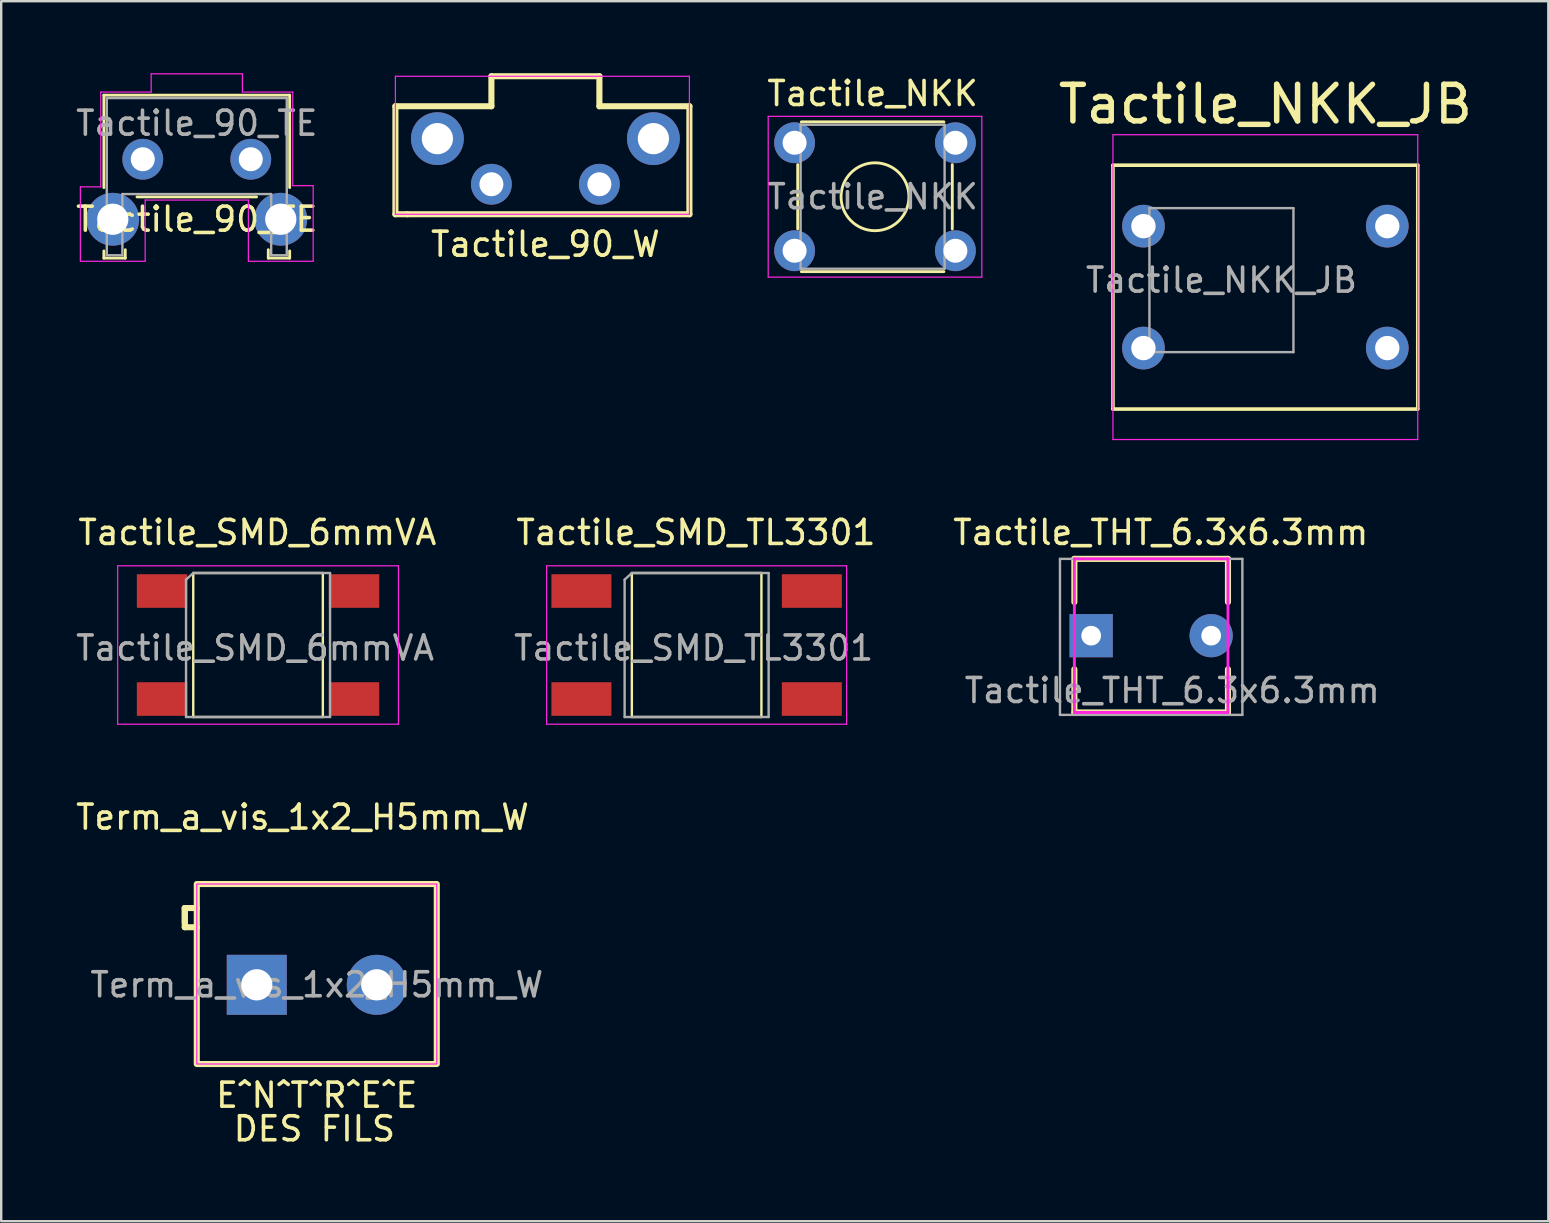
<source format=kicad_pcb>
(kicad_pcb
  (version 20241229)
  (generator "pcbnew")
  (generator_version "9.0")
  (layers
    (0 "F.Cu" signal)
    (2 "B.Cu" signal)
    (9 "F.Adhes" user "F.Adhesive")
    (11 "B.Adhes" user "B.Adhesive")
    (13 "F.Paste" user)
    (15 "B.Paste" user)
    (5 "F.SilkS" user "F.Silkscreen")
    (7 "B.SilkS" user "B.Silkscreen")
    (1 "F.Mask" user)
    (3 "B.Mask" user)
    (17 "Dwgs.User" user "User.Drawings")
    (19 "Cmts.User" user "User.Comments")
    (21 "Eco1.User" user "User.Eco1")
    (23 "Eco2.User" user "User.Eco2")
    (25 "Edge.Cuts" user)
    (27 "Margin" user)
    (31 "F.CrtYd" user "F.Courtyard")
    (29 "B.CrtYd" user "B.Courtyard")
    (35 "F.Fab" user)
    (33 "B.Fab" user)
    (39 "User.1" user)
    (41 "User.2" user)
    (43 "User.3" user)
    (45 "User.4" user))
  (footprint "Tactile_90_W"
    (layer "F.Cu")
    (at 17.425 4.627)
    (property "Reference" "Tactile_90_W" (at 2.25 2.5 0) (layer "F.SilkS") (effects (font (size 1 1) (thickness 0.15))))
    (attr through_hole)
    (fp_line (start -4 -3.25) (end -4 1.25) (stroke (width 0.254) (type solid)) (layer "F.SilkS"))
    (fp_line (start -4 1.25) (end -3.5 1.25) (stroke (width 0.254) (type solid)) (layer "F.SilkS"))
    (fp_line (start -3.5 1.25) (end 8.25 1.25) (stroke (width 0.254) (type solid)) (layer "F.SilkS"))
    (fp_line (start 0 -4.5) (end 0 -3.25) (stroke (width 0.254) (type solid)) (layer "F.SilkS"))
    (fp_line (start 0 -3.25) (end -4 -3.25) (stroke (width 0.254) (type solid)) (layer "F.SilkS"))
    (fp_line (start 4.5 -4.5) (end 0 -4.5) (stroke (width 0.254) (type solid)) (layer "F.SilkS"))
    (fp_line (start 4.5 -3.25) (end 4.5 -4.5) (stroke (width 0.254) (type solid)) (layer "F.SilkS"))
    (fp_line (start 8.25 -3.25) (end 4.5 -3.25) (stroke (width 0.254) (type solid)) (layer "F.SilkS"))
    (fp_line (start 8.25 1.25) (end 8.25 -3.25) (stroke (width 0.254) (type solid)) (layer "F.SilkS"))
    (fp_line (start -4 -4.5) (end 8.25 -4.5) (stroke (width 0.05) (type solid)) (layer "F.CrtYd"))
    (fp_line (start -4 1.25) (end -4 -4.5) (stroke (width 0.05) (type solid)) (layer "F.CrtYd"))
    (fp_line (start 8.25 -4.5) (end 8.25 1.25) (stroke (width 0.05) (type solid)) (layer "F.CrtYd"))
    (fp_line (start 8.25 1.25) (end -4 1.25) (stroke (width 0.05) (type solid)) (layer "F.CrtYd"))
    (pad "1" thru_hole circle (at 0 0 180) (size 1.7 1.7) (drill 1) (layers "*.Cu" "*.Mask"))
    (pad "2" thru_hole circle (at 4.5 0 180) (size 1.7 1.7) (drill 1) (layers "*.Cu" "*.Mask"))
    (pad "3" thru_hole circle (at -2.25 -1.9 180) (size 2.2 2.2) (drill 1.3) (layers "*.Cu" "*.Mask"))
    (pad "4" thru_hole circle (at 6.75 -1.9 180) (size 2.2 2.2) (drill 1.3) (layers "*.Cu" "*.Mask")))
  (footprint "Tactile_90_TE"
    (layer "F.Cu")
    (at 2.899 3.585)
    (property "Reference" "Tactile_90_TE" (at 2.25 2.5 0) (layer "F.SilkS") (effects (font (size 1 1) (thickness 0.15))))
    (attr through_hole)
    (fp_line (start -1.62 -2.67) (end -1.62 1.18) (stroke (width 0.12) (type solid)) (layer "F.SilkS"))
    (fp_line (start -1.62 3.82) (end -1.62 4.12) (stroke (width 0.12) (type solid)) (layer "F.SilkS"))
    (fp_line (start -0.73 4.12) (end -1.62 4.12) (stroke (width 0.12) (type solid)) (layer "F.SilkS"))
    (fp_line (start -0.73 4.12) (end -0.73 3.77) (stroke (width 0.12) (type solid)) (layer "F.SilkS"))
    (fp_line (start -0.24 1.57) (end 4.74 1.57) (stroke (width 0.12) (type solid)) (layer "F.SilkS"))
    (fp_line (start 5.23 4.12) (end 5.23 3.77) (stroke (width 0.12) (type solid)) (layer "F.SilkS"))
    (fp_line (start 6.12 -2.67) (end -1.62 -2.67) (stroke (width 0.12) (type solid)) (layer "F.SilkS"))
    (fp_line (start 6.12 1.18) (end 6.12 -2.67) (stroke (width 0.12) (type solid)) (layer "F.SilkS"))
    (fp_line (start 6.12 3.82) (end 6.12 4.12) (stroke (width 0.12) (type solid)) (layer "F.SilkS"))
    (fp_line (start 6.12 4.12) (end 5.23 4.12) (stroke (width 0.12) (type solid)) (layer "F.SilkS"))
    (fp_line (start -2.6 1.15) (end -1.75 1.15) (stroke (width 0.05) (type solid)) (layer "F.CrtYd"))
    (fp_line (start -2.6 4.25) (end -2.6 1.15) (stroke (width 0.05) (type solid)) (layer "F.CrtYd"))
    (fp_line (start -1.75 1.15) (end -1.75 -2.8) (stroke (width 0.05) (type solid)) (layer "F.CrtYd"))
    (fp_line (start 0.1 1.7) (end 4.4 1.7) (stroke (width 0.05) (type solid)) (layer "F.CrtYd"))
    (fp_line (start 0.1 4.25) (end -2.6 4.25) (stroke (width 0.05) (type solid)) (layer "F.CrtYd"))
    (fp_line (start 0.1 4.25) (end 0.1 1.7) (stroke (width 0.05) (type solid)) (layer "F.CrtYd"))
    (fp_line (start 0.35 -3.56) (end 0.35 -2.8) (stroke (width 0.05) (type solid)) (layer "F.CrtYd"))
    (fp_line (start 0.35 -2.8) (end -1.75 -2.8) (stroke (width 0.05) (type solid)) (layer "F.CrtYd"))
    (fp_line (start 4.15 -3.56) (end 0.35 -3.56) (stroke (width 0.05) (type solid)) (layer "F.CrtYd"))
    (fp_line (start 4.15 -2.8) (end 4.15 -3.56) (stroke (width 0.05) (type solid)) (layer "F.CrtYd"))
    (fp_line (start 4.4 1.7) (end 4.4 4.25) (stroke (width 0.05) (type solid)) (layer "F.CrtYd"))
    (fp_line (start 4.4 4.25) (end 7.1 4.25) (stroke (width 0.05) (type solid)) (layer "F.CrtYd"))
    (fp_line (start 6.25 -2.8) (end 4.15 -2.8) (stroke (width 0.05) (type solid)) (layer "F.CrtYd"))
    (fp_line (start 6.25 1.1) (end 6.25 -2.8) (stroke (width 0.05) (type solid)) (layer "F.CrtYd"))
    (fp_line (start 7.1 1.1) (end 6.25 1.1) (stroke (width 0.05) (type solid)) (layer "F.CrtYd"))
    (fp_line (start 7.1 4.25) (end 7.1 1.1) (stroke (width 0.05) (type solid)) (layer "F.CrtYd"))
    (fp_line (start -1.5 4) (end -1.5 -2.55) (stroke (width 0.1) (type solid)) (layer "F.Fab"))
    (fp_line (start -0.85 1.45) (end -0.85 4) (stroke (width 0.1) (type solid)) (layer "F.Fab"))
    (fp_line (start -0.85 4) (end -1.5 4) (stroke (width 0.1) (type solid)) (layer "F.Fab"))
    (fp_line (start 5.35 1.45) (end -0.85 1.45) (stroke (width 0.1) (type solid)) (layer "F.Fab"))
    (fp_line (start 5.35 1.45) (end 5.35 4) (stroke (width 0.1) (type solid)) (layer "F.Fab"))
    (fp_line (start 6 -2.55) (end -1.5 -2.55) (stroke (width 0.1) (type solid)) (layer "F.Fab"))
    (fp_line (start 6 -2.55) (end 6 4) (stroke (width 0.1) (type solid)) (layer "F.Fab"))
    (fp_line (start 6 4) (end 5.35 4) (stroke (width 0.1) (type solid)) (layer "F.Fab"))
    (fp_text user "${REFERENCE}" (at 2.25 -1.5 0) (layer "F.Fab") (effects (font (size 1 1) (thickness 0.15))))
    (pad "" thru_hole circle (at -1.25 2.5 180) (size 2.2 2.2) (drill 1.3) (layers "*.Cu" "*.Mask"))
    (pad "" thru_hole circle (at 5.75 2.5 180) (size 2.2 2.2) (drill 1.3) (layers "*.Cu" "*.Mask"))
    (pad "1" thru_hole circle (at 0 0 180) (size 1.7 1.7) (drill 1) (layers "*.Cu" "*.Mask"))
    (pad "2" thru_hole circle (at 4.5 0 180) (size 1.7 1.7) (drill 1) (layers "*.Cu" "*.Mask")))
  (footprint "Term_a_vis_1x2_H5mm_W"
    (layer "F.Cu")
    (at 7.649 37.984)
    (property "Reference" "Term_a_vis_1x2_H5mm_W" (at 1.905 -6.985 0) (layer "F.SilkS") (effects (font (size 1 1) (thickness 0.15))))
    (attr through_hole)
    (fp_line (start -3 -3.2) (end -3 -2.6) (stroke (width 0.254) (type solid)) (layer "F.SilkS"))
    (fp_line (start -3 -2.4) (end -3 -3.2) (stroke (width 0.254) (type solid)) (layer "F.SilkS"))
    (fp_line (start -2.5 -3.2) (end -3 -3.2) (stroke (width 0.254) (type solid)) (layer "F.SilkS"))
    (fp_line (start -2.5 -2.4) (end -3 -2.4) (stroke (width 0.254) (type solid)) (layer "F.SilkS"))
    (fp_rect (start -2.5 -4.2) (end 7.5 3.3) (stroke (width 0.254) (type solid)) (fill no) (layer "F.SilkS"))
    (fp_rect (start -2.5 -4.2) (end 7.5 3.3) (stroke (width 0.05) (type solid)) (fill no) (layer "F.CrtYd"))
    (fp_text user "DES FILS" (at 2.4 6 0) (unlocked yes) (layer "F.SilkS") (effects (font (size 1 1) (thickness 0.15))))
    (fp_text user "E^N^T^R^E^E" (at 2.5 4.6 0) (unlocked yes) (layer "F.SilkS") (effects (font (size 1 1) (thickness 0.15))))
    (fp_text user "${REFERENCE}" (at 2.5 0 0) (layer "F.Fab") (effects (font (size 1 1) (thickness 0.15))))
    (pad "1" thru_hole rect (at 0 0) (size 2.5 2.5) (drill 1.3) (layers "*.Cu" "*.Mask"))
    (pad "2" thru_hole circle (at 5 0) (size 2.5 2.5) (drill 1.3) (layers "*.Cu" "*.Mask")))
  (footprint "Tactile_THT_6.3x6.3mm"
    (layer "F.Cu")
    (at 42.415 23.436)
    (property "Reference" "Tactile_THT_6.3x6.3mm" (at 2.9 -4.3 0) (layer "F.SilkS") (effects (font (size 1 1) (thickness 0.15))))
    (attr through_hole)
    (fp_line (start -0.7 -3.2) (end 5.7 -3.2) (stroke (width 0.254) (type solid)) (layer "F.SilkS"))
    (fp_line (start -0.7 -1.4) (end -0.7 -3.2) (stroke (width 0.254) (type solid)) (layer "F.SilkS"))
    (fp_line (start -0.7 3.2) (end -0.7 1.4) (stroke (width 0.254) (type solid)) (layer "F.SilkS"))
    (fp_line (start 5.7 -3.2) (end 5.7 -1.4) (stroke (width 0.254) (type solid)) (layer "F.SilkS"))
    (fp_line (start 5.7 1.4) (end 5.7 3.2) (stroke (width 0.254) (type solid)) (layer "F.SilkS"))
    (fp_line (start 5.7 3.2) (end -0.7 3.2) (stroke (width 0.254) (type solid)) (layer "F.SilkS"))
    (fp_line (start -0.7 -3.2) (end 5.7 -3.2) (stroke (width 0.12) (type solid)) (layer "F.CrtYd"))
    (fp_line (start -0.7 3.2) (end -0.7 -3.2) (stroke (width 0.12) (type solid)) (layer "F.CrtYd"))
    (fp_line (start 5.7 -3.2) (end 5.7 3.2) (stroke (width 0.12) (type solid)) (layer "F.CrtYd"))
    (fp_line (start 5.7 3.2) (end -0.7 3.2) (stroke (width 0.12) (type solid)) (layer "F.CrtYd"))
    (fp_line (start -1.3 -3.2) (end -1.3 3.3) (stroke (width 0.1) (type solid)) (layer "F.Fab"))
    (fp_line (start -1.3 -3.2) (end 6.3 -3.2) (stroke (width 0.1) (type solid)) (layer "F.Fab"))
    (fp_line (start 6.3 -3.2) (end 6.3 3.3) (stroke (width 0.1) (type solid)) (layer "F.Fab"))
    (fp_line (start 6.3 3.3) (end -1.3 3.3) (stroke (width 0.1) (type solid)) (layer "F.Fab"))
    (fp_text user "${REFERENCE}" (at 3.378 2.286 0) (layer "F.Fab") (effects (font (size 1 1) (thickness 0.15))))
    (pad "1" thru_hole rect (at 0 0) (size 1.8 1.8) (drill 0.82) (layers "*.Cu" "*.Mask"))
    (pad "2" thru_hole circle (at 5 0) (size 1.8 1.8) (drill 0.82) (layers "*.Cu" "*.Mask")))
  (footprint "Tactile_NKK"
    (layer "F.Cu")
    (at 30.058 2.898)
    (property "Reference" "Tactile_NKK" (at 3.25 -2.05 0) (layer "F.SilkS") (effects (font (size 1 1) (thickness 0.15))))
    (attr through_hole)
    (fp_line (start 0.13 3.59) (end 0.13 0.91) (stroke (width 0.12) (type solid)) (layer "F.SilkS"))
    (fp_line (start 0.28 -0.87) (end 6.22 -0.87) (stroke (width 0.12) (type solid)) (layer "F.SilkS"))
    (fp_line (start 0.28 5.37) (end 6.22 5.37) (stroke (width 0.12) (type solid)) (layer "F.SilkS"))
    (fp_line (start 6.57 0.91) (end 6.57 3.59) (stroke (width 0.12) (type solid)) (layer "F.SilkS"))
    (fp_circle (center 3.35 2.25) (end 4.35 3.25) (stroke (width 0.12) (type solid)) (fill no) (layer "F.SilkS"))
    (fp_line (start -1.1 -1.1) (end -1.1 5.6) (stroke (width 0.05) (type solid)) (layer "F.CrtYd"))
    (fp_line (start -1.1 -1.1) (end 7.8 -1.1) (stroke (width 0.05) (type solid)) (layer "F.CrtYd"))
    (fp_line (start -1.1 5.6) (end 7.8 5.6) (stroke (width 0.05) (type solid)) (layer "F.CrtYd"))
    (fp_line (start 7.8 5.6) (end 7.8 -1.1) (stroke (width 0.05) (type solid)) (layer "F.CrtYd"))
    (fp_line (start 0.25 -0.75) (end 0.25 5.25) (stroke (width 0.1) (type solid)) (layer "F.Fab"))
    (fp_line (start 0.25 -0.75) (end 6.25 -0.75) (stroke (width 0.1) (type solid)) (layer "F.Fab"))
    (fp_line (start 0.25 5.25) (end 6.25 5.25) (stroke (width 0.1) (type solid)) (layer "F.Fab"))
    (fp_line (start 6.25 -0.75) (end 6.25 5.25) (stroke (width 0.1) (type solid)) (layer "F.Fab"))
    (fp_text user "${REFERENCE}" (at 3.25 2.25 0) (layer "F.Fab") (effects (font (size 1 1) (thickness 0.15))))
    (pad "1" thru_hole circle (at 0 0) (size 1.7 1.7) (drill 1) (layers "*.Cu" "*.Mask"))
    (pad "2" thru_hole circle (at 6.7 0) (size 1.7 1.7) (drill 1) (layers "*.Cu" "*.Mask"))
    (pad "3" thru_hole circle (at 0 4.5) (size 1.7 1.7) (drill 1) (layers "*.Cu" "*.Mask"))
    (pad "4" thru_hole circle (at 6.7 4.5) (size 1.7 1.7) (drill 1) (layers "*.Cu" "*.Mask")))
  (footprint "Tactile_SMD_6mmVA"
    (layer "F.Cu")
    (at 7.702 23.826)
    (property "Reference" "Tactile_SMD_6mmVA" (at -0.03 -4.69 0) (layer "F.SilkS") (effects (font (size 1 1) (thickness 0.15))))
    (attr smd)
    (fp_line (start -2.7 -3) (end -2.7 3) (stroke (width 0.1) (type solid)) (layer "F.SilkS"))
    (fp_line (start -2.7 -3) (end 2.7 -3) (stroke (width 0.1) (type solid)) (layer "F.SilkS"))
    (fp_line (start -2.7 3) (end 2.7 3) (stroke (width 0.1) (type solid)) (layer "F.SilkS"))
    (fp_line (start 2.7 3) (end 2.7 -3) (stroke (width 0.1) (type solid)) (layer "F.SilkS"))
    (fp_line (start -5.85 -3.3) (end 5.85 -3.3) (stroke (width 0.05) (type solid)) (layer "F.CrtYd"))
    (fp_line (start -5.85 3.3) (end -5.85 -3.3) (stroke (width 0.05) (type solid)) (layer "F.CrtYd"))
    (fp_line (start 5.85 -3.3) (end 5.85 3.3) (stroke (width 0.05) (type solid)) (layer "F.CrtYd"))
    (fp_line (start 5.85 3.3) (end -5.85 3.3) (stroke (width 0.05) (type solid)) (layer "F.CrtYd"))
    (fp_line (start -3 -2.725) (end -3 3) (stroke (width 0.1) (type solid)) (layer "F.Fab"))
    (fp_line (start -3 3) (end 3 3) (stroke (width 0.1) (type solid)) (layer "F.Fab"))
    (fp_line (start -2.7 -3) (end -3 -2.725) (stroke (width 0.1) (type solid)) (layer "F.Fab"))
    (fp_line (start -2.7 -3) (end 3 -3) (stroke (width 0.1) (type solid)) (layer "F.Fab"))
    (fp_line (start 3 3) (end 3 -3) (stroke (width 0.1) (type solid)) (layer "F.Fab"))
    (fp_text user "${REFERENCE}" (at -0.125 0.125 0) (layer "F.Fab") (effects (font (size 1 1) (thickness 0.15))))
    (pad "1" smd rect (at -4 -2.25 270) (size 1.4 2.1) (layers "F.Cu" "F.Mask" "F.Paste"))
    (pad "2" smd rect (at 4 -2.25 270) (size 1.4 2.1) (layers "F.Cu" "F.Mask" "F.Paste"))
    (pad "3" smd rect (at -4 2.25 270) (size 1.4 2.1) (layers "F.Cu" "F.Mask" "F.Paste"))
    (pad "4" smd rect (at 4 2.25 270) (size 1.4 2.1) (layers "F.Cu" "F.Mask" "F.Paste")))
  (footprint "Tactile_NKK_JB"
    (layer "F.Cu")
    (at 44.593 6.373)
    (property "Reference" "Tactile_NKK_JB" (at 5.08 -5.08 0) (layer "F.SilkS") (effects (font (size 1.524 1.524) (thickness 0.229))))
    (attr through_hole)
    (fp_line (start -1.27 -2.54) (end 11.43 -2.54) (stroke (width 0.15) (type solid)) (layer "F.SilkS"))
    (fp_line (start -1.27 7.62) (end -1.27 -2.54) (stroke (width 0.15) (type solid)) (layer "F.SilkS"))
    (fp_line (start 11.43 -2.54) (end 11.43 7.62) (stroke (width 0.15) (type solid)) (layer "F.SilkS"))
    (fp_line (start 11.43 7.62) (end -1.27 7.62) (stroke (width 0.15) (type solid)) (layer "F.SilkS"))
    (fp_line (start -1.27 -3.81) (end 11.43 -3.81) (stroke (width 0.05) (type solid)) (layer "F.CrtYd"))
    (fp_line (start -1.27 8.89) (end -1.27 -3.81) (stroke (width 0.05) (type solid)) (layer "F.CrtYd"))
    (fp_line (start 11.43 -3.81) (end 11.43 8.89) (stroke (width 0.05) (type solid)) (layer "F.CrtYd"))
    (fp_line (start 11.43 8.89) (end -1.27 8.89) (stroke (width 0.05) (type solid)) (layer "F.CrtYd"))
    (fp_line (start 0.25 -0.75) (end 0.25 5.25) (stroke (width 0.1) (type solid)) (layer "F.Fab"))
    (fp_line (start 0.25 -0.75) (end 6.25 -0.75) (stroke (width 0.1) (type solid)) (layer "F.Fab"))
    (fp_line (start 0.25 5.25) (end 6.25 5.25) (stroke (width 0.1) (type solid)) (layer "F.Fab"))
    (fp_line (start 6.25 -0.75) (end 6.25 5.25) (stroke (width 0.1) (type solid)) (layer "F.Fab"))
    (fp_text user "${REFERENCE}" (at 3.25 2.25 0) (layer "F.Fab") (effects (font (size 1 1) (thickness 0.15))))
    (pad "1" thru_hole circle (at 0 0) (size 1.778 1.778) (drill 1.016) (layers "*.Cu" "*.Mask"))
    (pad "2" thru_hole circle (at 10.16 0) (size 1.778 1.778) (drill 1.016) (layers "*.Cu" "*.Mask"))
    (pad "3" thru_hole circle (at 0 5.08) (size 1.778 1.778) (drill 1.016) (layers "*.Cu" "*.Mask"))
    (pad "4" thru_hole circle (at 10.16 5.08) (size 1.778 1.778) (drill 1.016) (layers "*.Cu" "*.Mask")))
  (footprint "Tactile_SMD_TL3301"
    (layer "F.Cu")
    (at 25.976 23.826)
    (property "Reference" "Tactile_SMD_TL3301" (at -0.03 -4.69 0) (layer "F.SilkS") (effects (font (size 1 1) (thickness 0.15))))
    (attr smd)
    (fp_line (start -2.7 -3) (end -2.7 3) (stroke (width 0.1) (type solid)) (layer "F.SilkS"))
    (fp_line (start -2.7 -3) (end 2.7 -3) (stroke (width 0.1) (type solid)) (layer "F.SilkS"))
    (fp_line (start -2.7 3) (end 2.7 3) (stroke (width 0.1) (type solid)) (layer "F.SilkS"))
    (fp_line (start 2.7 3) (end 2.7 -3) (stroke (width 0.1) (type solid)) (layer "F.SilkS"))
    (fp_line (start -6.25 -3.3) (end 6.25 -3.3) (stroke (width 0.05) (type solid)) (layer "F.CrtYd"))
    (fp_line (start -6.25 3.3) (end -6.25 -3.3) (stroke (width 0.05) (type solid)) (layer "F.CrtYd"))
    (fp_line (start 6.25 -3.3) (end 6.25 3.3) (stroke (width 0.05) (type solid)) (layer "F.CrtYd"))
    (fp_line (start 6.25 3.3) (end -6.25 3.3) (stroke (width 0.05) (type solid)) (layer "F.CrtYd"))
    (fp_line (start -3 -2.725) (end -3 3) (stroke (width 0.1) (type solid)) (layer "F.Fab"))
    (fp_line (start -3 3) (end 3 3) (stroke (width 0.1) (type solid)) (layer "F.Fab"))
    (fp_line (start -2.7 -3) (end -3 -2.725) (stroke (width 0.1) (type solid)) (layer "F.Fab"))
    (fp_line (start -2.7 -3) (end 3 -3) (stroke (width 0.1) (type solid)) (layer "F.Fab"))
    (fp_line (start 3 3) (end 3 -3) (stroke (width 0.1) (type solid)) (layer "F.Fab"))
    (fp_text user "${REFERENCE}" (at -0.125 0.125 0) (layer "F.Fab") (effects (font (size 1 1) (thickness 0.15))))
    (pad "1" smd rect (at -4.8 -2.25 270) (size 1.4 2.5) (layers "F.Cu" "F.Mask" "F.Paste"))
    (pad "2" smd rect (at 4.8 -2.25 270) (size 1.4 2.5) (layers "F.Cu" "F.Mask" "F.Paste"))
    (pad "3" smd rect (at -4.8 2.25 270) (size 1.4 2.5) (layers "F.Cu" "F.Mask" "F.Paste"))
    (pad "4" smd rect (at 4.8 2.25 270) (size 1.4 2.5) (layers "F.Cu" "F.Mask" "F.Paste")))
  (gr_rect
    (start -3 -3)
    (end 61.463 47.832)
    (stroke (width 0.1) (type default))
    (fill no)
    (layer "Edge.Cuts")))
</source>
